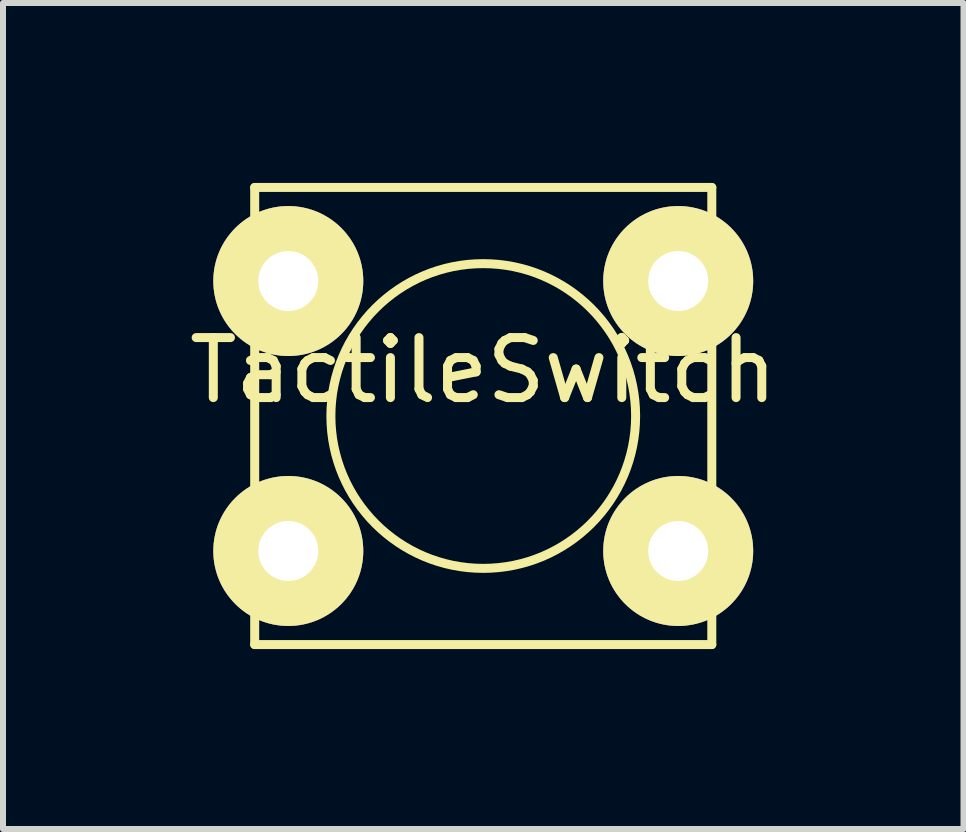
<source format=kicad_pcb>
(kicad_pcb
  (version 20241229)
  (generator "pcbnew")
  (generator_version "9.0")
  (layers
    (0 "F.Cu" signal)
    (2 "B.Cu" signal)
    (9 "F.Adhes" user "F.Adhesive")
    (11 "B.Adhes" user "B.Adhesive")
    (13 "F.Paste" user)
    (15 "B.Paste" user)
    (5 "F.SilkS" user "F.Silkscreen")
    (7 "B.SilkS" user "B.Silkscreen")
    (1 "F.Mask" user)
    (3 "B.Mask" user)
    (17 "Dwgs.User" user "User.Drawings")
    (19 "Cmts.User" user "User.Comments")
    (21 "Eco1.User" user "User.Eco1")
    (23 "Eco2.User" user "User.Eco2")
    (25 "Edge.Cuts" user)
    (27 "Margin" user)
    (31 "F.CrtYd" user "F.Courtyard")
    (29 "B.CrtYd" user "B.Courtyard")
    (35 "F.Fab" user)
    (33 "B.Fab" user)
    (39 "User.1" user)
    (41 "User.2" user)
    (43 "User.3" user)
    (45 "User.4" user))
  (footprint "TactileSwitch"
    (layer "F.Cu")
    (at 5.006 3.885)
    (property "Reference" "TactileSwitch" (at 0 -0.762 0) (layer "F.SilkS") (effects (font (size 1 1) (thickness 0.15))))
    (attr through_hole)
    (fp_line (start -3.81 -3.81) (end -3.81 3.81) (stroke (width 0.15) (type solid)) (layer "F.SilkS"))
    (fp_line (start -3.81 -3.81) (end 3.81 -3.81) (stroke (width 0.15) (type solid)) (layer "F.SilkS"))
    (fp_line (start 3.81 -3.81) (end 3.81 3.81) (stroke (width 0.15) (type solid)) (layer "F.SilkS"))
    (fp_line (start 3.81 3.81) (end -3.81 3.81) (stroke (width 0.15) (type solid)) (layer "F.SilkS"))
    (fp_circle (center 0 0) (end 0 -2.54) (stroke (width 0.15) (type solid)) (fill no) (layer "F.SilkS"))
    (pad "1" thru_hole circle (at -3.25 -2.25) (size 2.5 2.5) (drill 1) (layers "*.Cu" "*.Mask" "F.SilkS"))
    (pad "1" thru_hole circle (at 3.25 -2.25) (size 2.5 2.5) (drill 1) (layers "*.Cu" "*.Mask" "F.SilkS"))
    (pad "2" thru_hole circle (at -3.25 2.25) (size 2.5 2.5) (drill 1) (layers "*.Cu" "*.Mask" "F.SilkS"))
    (pad "2" thru_hole circle (at 3.25 2.25) (size 2.5 2.5) (drill 1) (layers "*.Cu" "*.Mask" "F.SilkS")))
  (gr_rect
    (start -3 -3)
    (end 13.012 10.77)
    (stroke (width 0.1) (type default))
    (fill no)
    (layer "Edge.Cuts")))
</source>
